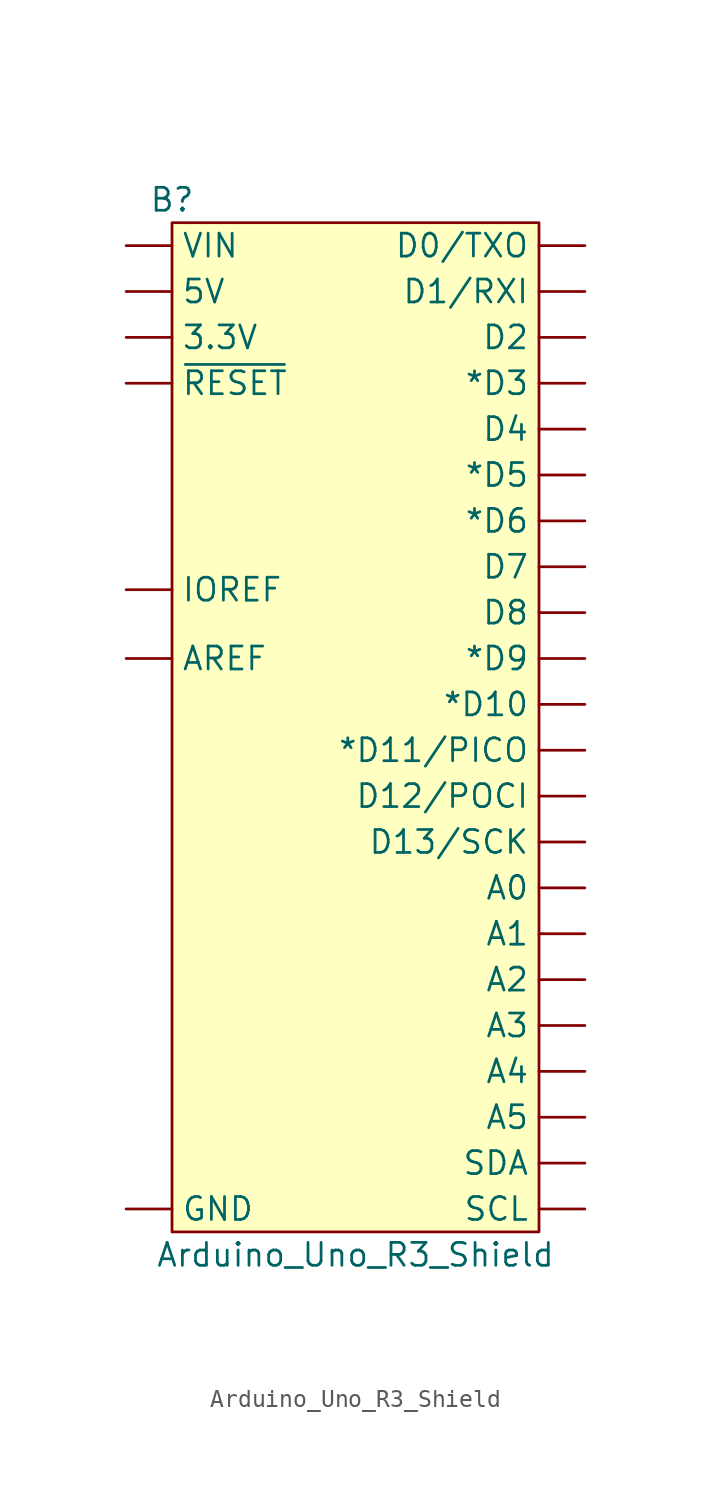
<source format=kicad_sym>
(kicad_symbol_lib
  (version 20241209)
  (generator "kicad_symbol_editor")
  (generator_version "9.0")
  (symbol "Arduino_Uno_R3_Shield"
    (property "Reference" "B"
      (at -10.16 29.21 0)
      (effects (font (size 1.27 1.27))))
    (property "Value" "Arduino_Uno_R3_Shield"
      (at 0 -29.21 0)
      (effects (font (size 1.27 1.27))))
    (symbol "Arduino_Uno_R3_Shield_1_0"
      (pin power_in line (at -12.7 26.67 0) (length 2.54) (name "VIN" (effects (font (size 1.27 1.27)))) (number "VIN" (effects (font (size 0 0)))))
      (pin power_in line (at -12.7 24.13 0) (length 2.54) (name "5V" (effects (font (size 1.27 1.27)))) (number "5V" (effects (font (size 0 0)))))
      (pin power_in line (at -12.7 21.59 0) (length 2.54) (name "3.3V" (effects (font (size 1.27 1.27)))) (number "3.3V" (effects (font (size 0 0)))))
      (pin input line (at -12.7 19.05 0) (length 2.54) (name "~{RESET}" (effects (font (size 1.27 1.27)))) (number "~{RESET}" (effects (font (size 0 0)))))
      (pin input line (at -12.7 7.62 0) (length 2.54) (name "IOREF" (effects (font (size 1.27 1.27)))) (number "IOREF" (effects (font (size 0 0)))))
      (pin bidirectional line (at -12.7 3.81 0) (length 2.54) (name "AREF" (effects (font (size 1.27 1.27)))) (number "AREF" (effects (font (size 0 0)))))
      (pin no_connect line (at -12.7 1.27 0) (length 2.54) (hide yes) (name "NC" (effects (font (size 1.27 1.27)))) (number "NC" (effects (font (size 0 0)))))
      (pin power_in line (at -12.7 -26.67 0) (length 2.54) (name "GND" (effects (font (size 1.27 1.27)))) (number "GND" (effects (font (size 0 0)))))
      (pin output line (at 12.7 26.67 180) (length 2.54) (name "D0/TXO" (effects (font (size 1.27 1.27)))) (number "D0/TXO" (effects (font (size 0 0)))))
      (pin input line (at 12.7 24.13 180) (length 2.54) (name "D1/RXI" (effects (font (size 1.27 1.27)))) (number "D1/RXI" (effects (font (size 0 0)))))
      (pin bidirectional line (at 12.7 21.59 180) (length 2.54) (name "D2" (effects (font (size 1.27 1.27)))) (number "D2" (effects (font (size 0 0)))))
      (pin bidirectional line (at 12.7 19.05 180) (length 2.54) (name "*D3" (effects (font (size 1.27 1.27)))) (number "D3" (effects (font (size 0 0)))))
      (pin bidirectional line (at 12.7 16.51 180) (length 2.54) (name "D4" (effects (font (size 1.27 1.27)))) (number "D4" (effects (font (size 0 0)))))
      (pin bidirectional line (at 12.7 13.97 180) (length 2.54) (name "*D5" (effects (font (size 1.27 1.27)))) (number "D5" (effects (font (size 0 0)))))
      (pin bidirectional line (at 12.7 11.43 180) (length 2.54) (name "*D6" (effects (font (size 1.27 1.27)))) (number "D6" (effects (font (size 0 0)))))
      (pin bidirectional line (at 12.7 8.89 180) (length 2.54) (name "D7" (effects (font (size 1.27 1.27)))) (number "D7" (effects (font (size 0 0)))))
      (pin bidirectional line (at 12.7 6.35 180) (length 2.54) (name "D8" (effects (font (size 1.27 1.27)))) (number "D8" (effects (font (size 0 0)))))
      (pin bidirectional line (at 12.7 3.81 180) (length 2.54) (name "*D9" (effects (font (size 1.27 1.27)))) (number "D9" (effects (font (size 0 0)))))
      (pin bidirectional line (at 12.7 1.27 180) (length 2.54) (name "*D10" (effects (font (size 1.27 1.27)))) (number "D10" (effects (font (size 0 0)))))
      (pin bidirectional line (at 12.7 -1.27 180) (length 2.54) (name "*D11/PICO" (effects (font (size 1.27 1.27)))) (number "D11" (effects (font (size 0 0)))))
      (pin bidirectional line (at 12.7 -3.81 180) (length 2.54) (name "D12/POCI" (effects (font (size 1.27 1.27)))) (number "D12" (effects (font (size 0 0)))))
      (pin bidirectional line (at 12.7 -6.35 180) (length 2.54) (name "D13/SCK" (effects (font (size 1.27 1.27)))) (number "D13" (effects (font (size 0 0)))))
      (pin bidirectional line (at 12.7 -8.89 180) (length 2.54) (name "A0" (effects (font (size 1.27 1.27)))) (number "A0" (effects (font (size 0 0)))))
      (pin bidirectional line (at 12.7 -11.43 180) (length 2.54) (name "A1" (effects (font (size 1.27 1.27)))) (number "A1" (effects (font (size 0 0)))))
      (pin bidirectional line (at 12.7 -13.97 180) (length 2.54) (name "A2" (effects (font (size 1.27 1.27)))) (number "A2" (effects (font (size 0 0)))))
      (pin bidirectional line (at 12.7 -16.51 180) (length 2.54) (name "A3" (effects (font (size 1.27 1.27)))) (number "A3" (effects (font (size 0 0)))))
      (pin bidirectional line (at 12.7 -19.05 180) (length 2.54) (name "A4" (effects (font (size 1.27 1.27)))) (number "A4" (effects (font (size 0 0)))))
      (pin bidirectional line (at 12.7 -21.59 180) (length 2.54) (name "A5" (effects (font (size 1.27 1.27)))) (number "A5" (effects (font (size 0 0)))))
      (pin bidirectional line (at 12.7 -24.13 180) (length 2.54) (name "SDA" (effects (font (size 1.27 1.27)))) (number "SDA" (effects (font (size 0 0)))))
      (pin bidirectional line (at 12.7 -26.67 180) (length 2.54) (name "SCL" (effects (font (size 1.27 1.27)))) (number "SCL" (effects (font (size 0 0))))))
    (symbol "Arduino_Uno_R3_Shield_1_1"
      (rectangle (start -10.16 27.94) (end 10.16 -27.94) (stroke (width 0) (type default)) (fill (type background))))))
</source>
